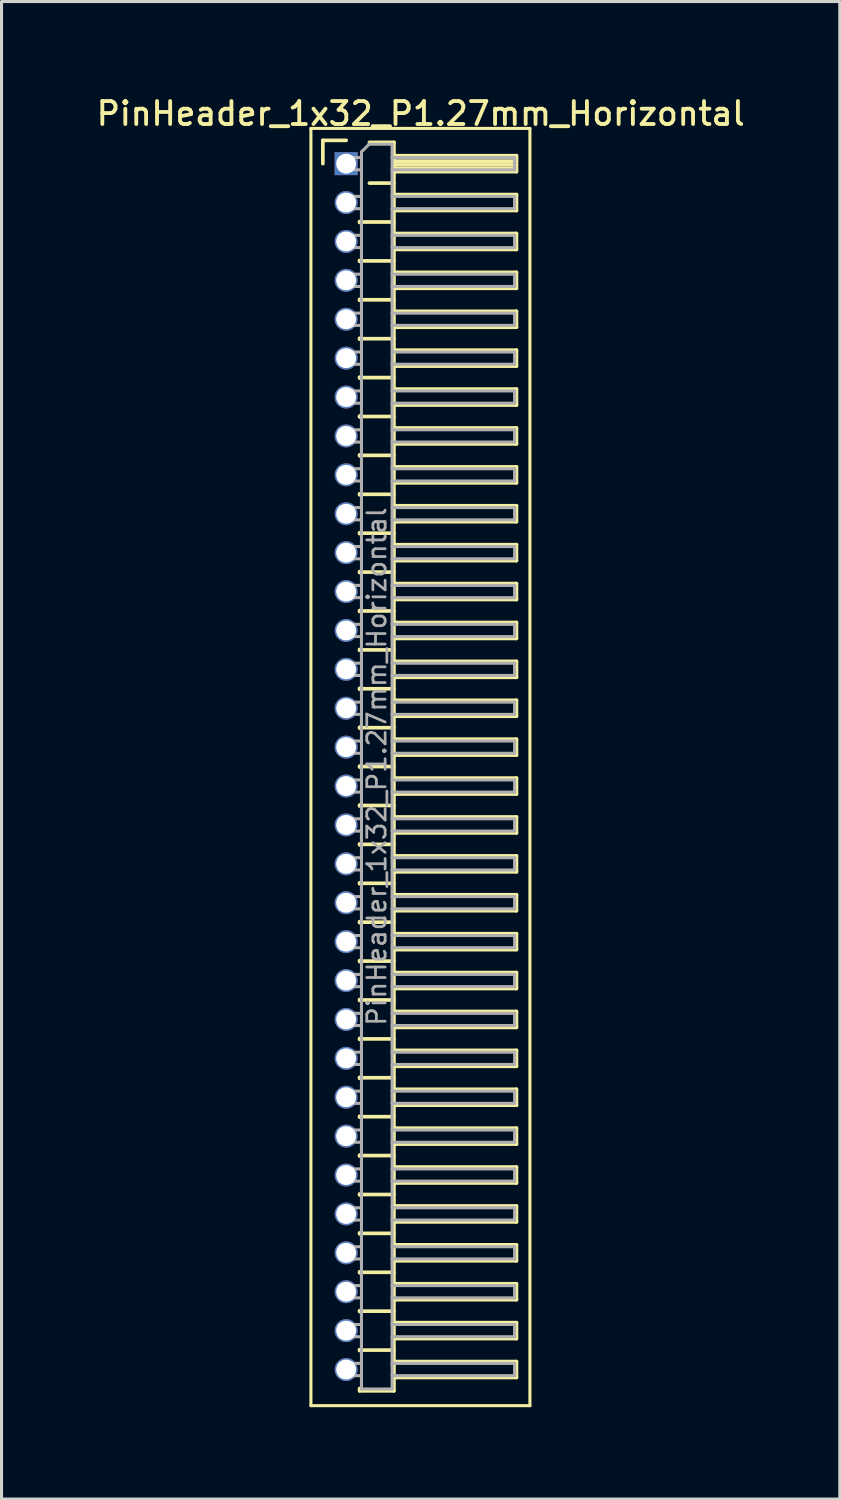
<source format=kicad_pcb>
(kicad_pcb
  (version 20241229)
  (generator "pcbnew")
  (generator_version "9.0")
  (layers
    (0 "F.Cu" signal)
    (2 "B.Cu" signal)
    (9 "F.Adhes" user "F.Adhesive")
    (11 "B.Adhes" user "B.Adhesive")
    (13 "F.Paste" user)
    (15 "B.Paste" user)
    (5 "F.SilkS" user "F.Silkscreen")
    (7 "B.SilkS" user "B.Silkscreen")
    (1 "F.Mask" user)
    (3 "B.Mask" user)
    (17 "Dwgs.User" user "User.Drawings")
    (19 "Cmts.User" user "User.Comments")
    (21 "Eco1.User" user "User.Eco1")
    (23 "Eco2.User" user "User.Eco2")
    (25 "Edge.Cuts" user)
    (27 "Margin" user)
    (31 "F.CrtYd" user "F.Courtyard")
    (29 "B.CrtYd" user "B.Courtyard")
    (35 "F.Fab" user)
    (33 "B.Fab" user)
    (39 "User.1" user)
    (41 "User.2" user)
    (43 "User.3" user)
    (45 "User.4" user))
  (footprint "PinHeader_1x32_P1.27mm_Horizontal"
    (layer "F.Cu")
    (at 8.251 2.293)
    (property "Reference" "PinHeader_1x32_P1.27mm_Horizontal" (at 2.433 -1.635 0) (layer "F.SilkS") (effects (font (size 0.75 0.75) (thickness 0.125))))
    (attr through_hole)
    (fp_line (start -1.15 -1.15) (end -1.15 40.55) (stroke (width 0.1) (type solid)) (layer "F.SilkS"))
    (fp_line (start -1.15 40.55) (end 6 40.55) (stroke (width 0.1) (type solid)) (layer "F.SilkS"))
    (fp_line (start -0.76 -0.76) (end 0 -0.76) (stroke (width 0.12) (type solid)) (layer "F.SilkS"))
    (fp_line (start -0.76 0) (end -0.76 -0.76) (stroke (width 0.12) (type solid)) (layer "F.SilkS"))
    (fp_line (start 0.44 1.89) (end 0.44 1.92) (stroke (width 0.12) (type solid)) (layer "F.SilkS"))
    (fp_line (start 0.44 1.905) (end 1.56 1.905) (stroke (width 0.12) (type solid)) (layer "F.SilkS"))
    (fp_line (start 0.44 3.16) (end 0.44 3.19) (stroke (width 0.12) (type solid)) (layer "F.SilkS"))
    (fp_line (start 0.44 3.175) (end 1.56 3.175) (stroke (width 0.12) (type solid)) (layer "F.SilkS"))
    (fp_line (start 0.44 4.43) (end 0.44 4.46) (stroke (width 0.12) (type solid)) (layer "F.SilkS"))
    (fp_line (start 0.44 4.445) (end 1.56 4.445) (stroke (width 0.12) (type solid)) (layer "F.SilkS"))
    (fp_line (start 0.44 5.7) (end 0.44 5.73) (stroke (width 0.12) (type solid)) (layer "F.SilkS"))
    (fp_line (start 0.44 5.715) (end 1.56 5.715) (stroke (width 0.12) (type solid)) (layer "F.SilkS"))
    (fp_line (start 0.44 6.97) (end 0.44 7) (stroke (width 0.12) (type solid)) (layer "F.SilkS"))
    (fp_line (start 0.44 6.985) (end 1.56 6.985) (stroke (width 0.12) (type solid)) (layer "F.SilkS"))
    (fp_line (start 0.44 8.24) (end 0.44 8.27) (stroke (width 0.12) (type solid)) (layer "F.SilkS"))
    (fp_line (start 0.44 8.255) (end 1.56 8.255) (stroke (width 0.12) (type solid)) (layer "F.SilkS"))
    (fp_line (start 0.44 9.51) (end 0.44 9.54) (stroke (width 0.12) (type solid)) (layer "F.SilkS"))
    (fp_line (start 0.44 9.525) (end 1.56 9.525) (stroke (width 0.12) (type solid)) (layer "F.SilkS"))
    (fp_line (start 0.44 10.78) (end 0.44 10.81) (stroke (width 0.12) (type solid)) (layer "F.SilkS"))
    (fp_line (start 0.44 10.795) (end 1.56 10.795) (stroke (width 0.12) (type solid)) (layer "F.SilkS"))
    (fp_line (start 0.44 12.05) (end 0.44 12.08) (stroke (width 0.12) (type solid)) (layer "F.SilkS"))
    (fp_line (start 0.44 12.065) (end 1.56 12.065) (stroke (width 0.12) (type solid)) (layer "F.SilkS"))
    (fp_line (start 0.44 13.32) (end 0.44 13.35) (stroke (width 0.12) (type solid)) (layer "F.SilkS"))
    (fp_line (start 0.44 13.335) (end 1.56 13.335) (stroke (width 0.12) (type solid)) (layer "F.SilkS"))
    (fp_line (start 0.44 14.59) (end 0.44 14.62) (stroke (width 0.12) (type solid)) (layer "F.SilkS"))
    (fp_line (start 0.44 14.605) (end 1.56 14.605) (stroke (width 0.12) (type solid)) (layer "F.SilkS"))
    (fp_line (start 0.44 15.86) (end 0.44 15.89) (stroke (width 0.12) (type solid)) (layer "F.SilkS"))
    (fp_line (start 0.44 15.875) (end 1.56 15.875) (stroke (width 0.12) (type solid)) (layer "F.SilkS"))
    (fp_line (start 0.44 17.13) (end 0.44 17.16) (stroke (width 0.12) (type solid)) (layer "F.SilkS"))
    (fp_line (start 0.44 17.145) (end 1.56 17.145) (stroke (width 0.12) (type solid)) (layer "F.SilkS"))
    (fp_line (start 0.44 18.4) (end 0.44 18.43) (stroke (width 0.12) (type solid)) (layer "F.SilkS"))
    (fp_line (start 0.44 18.415) (end 1.56 18.415) (stroke (width 0.12) (type solid)) (layer "F.SilkS"))
    (fp_line (start 0.44 19.67) (end 0.44 19.7) (stroke (width 0.12) (type solid)) (layer "F.SilkS"))
    (fp_line (start 0.44 19.685) (end 1.56 19.685) (stroke (width 0.12) (type solid)) (layer "F.SilkS"))
    (fp_line (start 0.44 20.94) (end 0.44 20.97) (stroke (width 0.12) (type solid)) (layer "F.SilkS"))
    (fp_line (start 0.44 20.955) (end 1.56 20.955) (stroke (width 0.12) (type solid)) (layer "F.SilkS"))
    (fp_line (start 0.44 22.21) (end 0.44 22.24) (stroke (width 0.12) (type solid)) (layer "F.SilkS"))
    (fp_line (start 0.44 22.225) (end 1.56 22.225) (stroke (width 0.12) (type solid)) (layer "F.SilkS"))
    (fp_line (start 0.44 23.48) (end 0.44 23.51) (stroke (width 0.12) (type solid)) (layer "F.SilkS"))
    (fp_line (start 0.44 23.495) (end 1.56 23.495) (stroke (width 0.12) (type solid)) (layer "F.SilkS"))
    (fp_line (start 0.44 24.75) (end 0.44 24.78) (stroke (width 0.12) (type solid)) (layer "F.SilkS"))
    (fp_line (start 0.44 24.765) (end 1.56 24.765) (stroke (width 0.12) (type solid)) (layer "F.SilkS"))
    (fp_line (start 0.44 26.02) (end 0.44 26.05) (stroke (width 0.12) (type solid)) (layer "F.SilkS"))
    (fp_line (start 0.44 26.035) (end 1.56 26.035) (stroke (width 0.12) (type solid)) (layer "F.SilkS"))
    (fp_line (start 0.44 27.29) (end 0.44 27.32) (stroke (width 0.12) (type solid)) (layer "F.SilkS"))
    (fp_line (start 0.44 27.305) (end 1.56 27.305) (stroke (width 0.12) (type solid)) (layer "F.SilkS"))
    (fp_line (start 0.44 28.56) (end 0.44 28.59) (stroke (width 0.12) (type solid)) (layer "F.SilkS"))
    (fp_line (start 0.44 28.575) (end 1.56 28.575) (stroke (width 0.12) (type solid)) (layer "F.SilkS"))
    (fp_line (start 0.44 29.83) (end 0.44 29.86) (stroke (width 0.12) (type solid)) (layer "F.SilkS"))
    (fp_line (start 0.44 29.845) (end 1.56 29.845) (stroke (width 0.12) (type solid)) (layer "F.SilkS"))
    (fp_line (start 0.44 31.1) (end 0.44 31.13) (stroke (width 0.12) (type solid)) (layer "F.SilkS"))
    (fp_line (start 0.44 31.115) (end 1.56 31.115) (stroke (width 0.12) (type solid)) (layer "F.SilkS"))
    (fp_line (start 0.44 32.37) (end 0.44 32.4) (stroke (width 0.12) (type solid)) (layer "F.SilkS"))
    (fp_line (start 0.44 32.385) (end 1.56 32.385) (stroke (width 0.12) (type solid)) (layer "F.SilkS"))
    (fp_line (start 0.44 33.64) (end 0.44 33.67) (stroke (width 0.12) (type solid)) (layer "F.SilkS"))
    (fp_line (start 0.44 33.655) (end 1.56 33.655) (stroke (width 0.12) (type solid)) (layer "F.SilkS"))
    (fp_line (start 0.44 34.91) (end 0.44 34.94) (stroke (width 0.12) (type solid)) (layer "F.SilkS"))
    (fp_line (start 0.44 34.925) (end 1.56 34.925) (stroke (width 0.12) (type solid)) (layer "F.SilkS"))
    (fp_line (start 0.44 36.18) (end 0.44 36.21) (stroke (width 0.12) (type solid)) (layer "F.SilkS"))
    (fp_line (start 0.44 36.195) (end 1.56 36.195) (stroke (width 0.12) (type solid)) (layer "F.SilkS"))
    (fp_line (start 0.44 37.45) (end 0.44 37.48) (stroke (width 0.12) (type solid)) (layer "F.SilkS"))
    (fp_line (start 0.44 37.465) (end 1.56 37.465) (stroke (width 0.12) (type solid)) (layer "F.SilkS"))
    (fp_line (start 0.44 38.72) (end 0.44 38.75) (stroke (width 0.12) (type solid)) (layer "F.SilkS"))
    (fp_line (start 0.44 38.735) (end 1.56 38.735) (stroke (width 0.12) (type solid)) (layer "F.SilkS"))
    (fp_line (start 0.44 40.065) (end 0.44 39.99) (stroke (width 0.12) (type solid)) (layer "F.SilkS"))
    (fp_line (start 0.76 -0.695) (end 1.56 -0.695) (stroke (width 0.12) (type solid)) (layer "F.SilkS"))
    (fp_line (start 0.76 0.635) (end 1.56 0.635) (stroke (width 0.12) (type solid)) (layer "F.SilkS"))
    (fp_line (start 1.56 -0.695) (end 1.56 40.065) (stroke (width 0.12) (type solid)) (layer "F.SilkS"))
    (fp_line (start 1.56 -0.26) (end 5.56 -0.26) (stroke (width 0.12) (type solid)) (layer "F.SilkS"))
    (fp_line (start 1.56 -0.2) (end 5.56 -0.2) (stroke (width 0.12) (type solid)) (layer "F.SilkS"))
    (fp_line (start 1.56 -0.08) (end 5.56 -0.08) (stroke (width 0.12) (type solid)) (layer "F.SilkS"))
    (fp_line (start 1.56 0.04) (end 5.56 0.04) (stroke (width 0.12) (type solid)) (layer "F.SilkS"))
    (fp_line (start 1.56 0.16) (end 5.56 0.16) (stroke (width 0.12) (type solid)) (layer "F.SilkS"))
    (fp_line (start 1.56 1.01) (end 5.56 1.01) (stroke (width 0.12) (type solid)) (layer "F.SilkS"))
    (fp_line (start 1.56 2.28) (end 5.56 2.28) (stroke (width 0.12) (type solid)) (layer "F.SilkS"))
    (fp_line (start 1.56 3.55) (end 5.56 3.55) (stroke (width 0.12) (type solid)) (layer "F.SilkS"))
    (fp_line (start 1.56 4.82) (end 5.56 4.82) (stroke (width 0.12) (type solid)) (layer "F.SilkS"))
    (fp_line (start 1.56 6.09) (end 5.56 6.09) (stroke (width 0.12) (type solid)) (layer "F.SilkS"))
    (fp_line (start 1.56 7.36) (end 5.56 7.36) (stroke (width 0.12) (type solid)) (layer "F.SilkS"))
    (fp_line (start 1.56 8.63) (end 5.56 8.63) (stroke (width 0.12) (type solid)) (layer "F.SilkS"))
    (fp_line (start 1.56 9.9) (end 5.56 9.9) (stroke (width 0.12) (type solid)) (layer "F.SilkS"))
    (fp_line (start 1.56 11.17) (end 5.56 11.17) (stroke (width 0.12) (type solid)) (layer "F.SilkS"))
    (fp_line (start 1.56 12.44) (end 5.56 12.44) (stroke (width 0.12) (type solid)) (layer "F.SilkS"))
    (fp_line (start 1.56 13.71) (end 5.56 13.71) (stroke (width 0.12) (type solid)) (layer "F.SilkS"))
    (fp_line (start 1.56 14.98) (end 5.56 14.98) (stroke (width 0.12) (type solid)) (layer "F.SilkS"))
    (fp_line (start 1.56 16.25) (end 5.56 16.25) (stroke (width 0.12) (type solid)) (layer "F.SilkS"))
    (fp_line (start 1.56 17.52) (end 5.56 17.52) (stroke (width 0.12) (type solid)) (layer "F.SilkS"))
    (fp_line (start 1.56 18.79) (end 5.56 18.79) (stroke (width 0.12) (type solid)) (layer "F.SilkS"))
    (fp_line (start 1.56 20.06) (end 5.56 20.06) (stroke (width 0.12) (type solid)) (layer "F.SilkS"))
    (fp_line (start 1.56 21.33) (end 5.56 21.33) (stroke (width 0.12) (type solid)) (layer "F.SilkS"))
    (fp_line (start 1.56 22.6) (end 5.56 22.6) (stroke (width 0.12) (type solid)) (layer "F.SilkS"))
    (fp_line (start 1.56 23.87) (end 5.56 23.87) (stroke (width 0.12) (type solid)) (layer "F.SilkS"))
    (fp_line (start 1.56 25.14) (end 5.56 25.14) (stroke (width 0.12) (type solid)) (layer "F.SilkS"))
    (fp_line (start 1.56 26.41) (end 5.56 26.41) (stroke (width 0.12) (type solid)) (layer "F.SilkS"))
    (fp_line (start 1.56 27.68) (end 5.56 27.68) (stroke (width 0.12) (type solid)) (layer "F.SilkS"))
    (fp_line (start 1.56 28.95) (end 5.56 28.95) (stroke (width 0.12) (type solid)) (layer "F.SilkS"))
    (fp_line (start 1.56 30.22) (end 5.56 30.22) (stroke (width 0.12) (type solid)) (layer "F.SilkS"))
    (fp_line (start 1.56 31.49) (end 5.56 31.49) (stroke (width 0.12) (type solid)) (layer "F.SilkS"))
    (fp_line (start 1.56 32.76) (end 5.56 32.76) (stroke (width 0.12) (type solid)) (layer "F.SilkS"))
    (fp_line (start 1.56 34.03) (end 5.56 34.03) (stroke (width 0.12) (type solid)) (layer "F.SilkS"))
    (fp_line (start 1.56 35.3) (end 5.56 35.3) (stroke (width 0.12) (type solid)) (layer "F.SilkS"))
    (fp_line (start 1.56 36.57) (end 5.56 36.57) (stroke (width 0.12) (type solid)) (layer "F.SilkS"))
    (fp_line (start 1.56 37.84) (end 5.56 37.84) (stroke (width 0.12) (type solid)) (layer "F.SilkS"))
    (fp_line (start 1.56 39.11) (end 5.56 39.11) (stroke (width 0.12) (type solid)) (layer "F.SilkS"))
    (fp_line (start 1.56 40.065) (end 0.44 40.065) (stroke (width 0.12) (type solid)) (layer "F.SilkS"))
    (fp_line (start 5.56 -0.26) (end 5.56 0.26) (stroke (width 0.12) (type solid)) (layer "F.SilkS"))
    (fp_line (start 5.56 0.26) (end 1.56 0.26) (stroke (width 0.12) (type solid)) (layer "F.SilkS"))
    (fp_line (start 5.56 1.01) (end 5.56 1.53) (stroke (width 0.12) (type solid)) (layer "F.SilkS"))
    (fp_line (start 5.56 1.53) (end 1.56 1.53) (stroke (width 0.12) (type solid)) (layer "F.SilkS"))
    (fp_line (start 5.56 2.28) (end 5.56 2.8) (stroke (width 0.12) (type solid)) (layer "F.SilkS"))
    (fp_line (start 5.56 2.8) (end 1.56 2.8) (stroke (width 0.12) (type solid)) (layer "F.SilkS"))
    (fp_line (start 5.56 3.55) (end 5.56 4.07) (stroke (width 0.12) (type solid)) (layer "F.SilkS"))
    (fp_line (start 5.56 4.07) (end 1.56 4.07) (stroke (width 0.12) (type solid)) (layer "F.SilkS"))
    (fp_line (start 5.56 4.82) (end 5.56 5.34) (stroke (width 0.12) (type solid)) (layer "F.SilkS"))
    (fp_line (start 5.56 5.34) (end 1.56 5.34) (stroke (width 0.12) (type solid)) (layer "F.SilkS"))
    (fp_line (start 5.56 6.09) (end 5.56 6.61) (stroke (width 0.12) (type solid)) (layer "F.SilkS"))
    (fp_line (start 5.56 6.61) (end 1.56 6.61) (stroke (width 0.12) (type solid)) (layer "F.SilkS"))
    (fp_line (start 5.56 7.36) (end 5.56 7.88) (stroke (width 0.12) (type solid)) (layer "F.SilkS"))
    (fp_line (start 5.56 7.88) (end 1.56 7.88) (stroke (width 0.12) (type solid)) (layer "F.SilkS"))
    (fp_line (start 5.56 8.63) (end 5.56 9.15) (stroke (width 0.12) (type solid)) (layer "F.SilkS"))
    (fp_line (start 5.56 9.15) (end 1.56 9.15) (stroke (width 0.12) (type solid)) (layer "F.SilkS"))
    (fp_line (start 5.56 9.9) (end 5.56 10.42) (stroke (width 0.12) (type solid)) (layer "F.SilkS"))
    (fp_line (start 5.56 10.42) (end 1.56 10.42) (stroke (width 0.12) (type solid)) (layer "F.SilkS"))
    (fp_line (start 5.56 11.17) (end 5.56 11.69) (stroke (width 0.12) (type solid)) (layer "F.SilkS"))
    (fp_line (start 5.56 11.69) (end 1.56 11.69) (stroke (width 0.12) (type solid)) (layer "F.SilkS"))
    (fp_line (start 5.56 12.44) (end 5.56 12.96) (stroke (width 0.12) (type solid)) (layer "F.SilkS"))
    (fp_line (start 5.56 12.96) (end 1.56 12.96) (stroke (width 0.12) (type solid)) (layer "F.SilkS"))
    (fp_line (start 5.56 13.71) (end 5.56 14.23) (stroke (width 0.12) (type solid)) (layer "F.SilkS"))
    (fp_line (start 5.56 14.23) (end 1.56 14.23) (stroke (width 0.12) (type solid)) (layer "F.SilkS"))
    (fp_line (start 5.56 14.98) (end 5.56 15.5) (stroke (width 0.12) (type solid)) (layer "F.SilkS"))
    (fp_line (start 5.56 15.5) (end 1.56 15.5) (stroke (width 0.12) (type solid)) (layer "F.SilkS"))
    (fp_line (start 5.56 16.25) (end 5.56 16.77) (stroke (width 0.12) (type solid)) (layer "F.SilkS"))
    (fp_line (start 5.56 16.77) (end 1.56 16.77) (stroke (width 0.12) (type solid)) (layer "F.SilkS"))
    (fp_line (start 5.56 17.52) (end 5.56 18.04) (stroke (width 0.12) (type solid)) (layer "F.SilkS"))
    (fp_line (start 5.56 18.04) (end 1.56 18.04) (stroke (width 0.12) (type solid)) (layer "F.SilkS"))
    (fp_line (start 5.56 18.79) (end 5.56 19.31) (stroke (width 0.12) (type solid)) (layer "F.SilkS"))
    (fp_line (start 5.56 19.31) (end 1.56 19.31) (stroke (width 0.12) (type solid)) (layer "F.SilkS"))
    (fp_line (start 5.56 20.06) (end 5.56 20.58) (stroke (width 0.12) (type solid)) (layer "F.SilkS"))
    (fp_line (start 5.56 20.58) (end 1.56 20.58) (stroke (width 0.12) (type solid)) (layer "F.SilkS"))
    (fp_line (start 5.56 21.33) (end 5.56 21.85) (stroke (width 0.12) (type solid)) (layer "F.SilkS"))
    (fp_line (start 5.56 21.85) (end 1.56 21.85) (stroke (width 0.12) (type solid)) (layer "F.SilkS"))
    (fp_line (start 5.56 22.6) (end 5.56 23.12) (stroke (width 0.12) (type solid)) (layer "F.SilkS"))
    (fp_line (start 5.56 23.12) (end 1.56 23.12) (stroke (width 0.12) (type solid)) (layer "F.SilkS"))
    (fp_line (start 5.56 23.87) (end 5.56 24.39) (stroke (width 0.12) (type solid)) (layer "F.SilkS"))
    (fp_line (start 5.56 24.39) (end 1.56 24.39) (stroke (width 0.12) (type solid)) (layer "F.SilkS"))
    (fp_line (start 5.56 25.14) (end 5.56 25.66) (stroke (width 0.12) (type solid)) (layer "F.SilkS"))
    (fp_line (start 5.56 25.66) (end 1.56 25.66) (stroke (width 0.12) (type solid)) (layer "F.SilkS"))
    (fp_line (start 5.56 26.41) (end 5.56 26.93) (stroke (width 0.12) (type solid)) (layer "F.SilkS"))
    (fp_line (start 5.56 26.93) (end 1.56 26.93) (stroke (width 0.12) (type solid)) (layer "F.SilkS"))
    (fp_line (start 5.56 27.68) (end 5.56 28.2) (stroke (width 0.12) (type solid)) (layer "F.SilkS"))
    (fp_line (start 5.56 28.2) (end 1.56 28.2) (stroke (width 0.12) (type solid)) (layer "F.SilkS"))
    (fp_line (start 5.56 28.95) (end 5.56 29.47) (stroke (width 0.12) (type solid)) (layer "F.SilkS"))
    (fp_line (start 5.56 29.47) (end 1.56 29.47) (stroke (width 0.12) (type solid)) (layer "F.SilkS"))
    (fp_line (start 5.56 30.22) (end 5.56 30.74) (stroke (width 0.12) (type solid)) (layer "F.SilkS"))
    (fp_line (start 5.56 30.74) (end 1.56 30.74) (stroke (width 0.12) (type solid)) (layer "F.SilkS"))
    (fp_line (start 5.56 31.49) (end 5.56 32.01) (stroke (width 0.12) (type solid)) (layer "F.SilkS"))
    (fp_line (start 5.56 32.01) (end 1.56 32.01) (stroke (width 0.12) (type solid)) (layer "F.SilkS"))
    (fp_line (start 5.56 32.76) (end 5.56 33.28) (stroke (width 0.12) (type solid)) (layer "F.SilkS"))
    (fp_line (start 5.56 33.28) (end 1.56 33.28) (stroke (width 0.12) (type solid)) (layer "F.SilkS"))
    (fp_line (start 5.56 34.03) (end 5.56 34.55) (stroke (width 0.12) (type solid)) (layer "F.SilkS"))
    (fp_line (start 5.56 34.55) (end 1.56 34.55) (stroke (width 0.12) (type solid)) (layer "F.SilkS"))
    (fp_line (start 5.56 35.3) (end 5.56 35.82) (stroke (width 0.12) (type solid)) (layer "F.SilkS"))
    (fp_line (start 5.56 35.82) (end 1.56 35.82) (stroke (width 0.12) (type solid)) (layer "F.SilkS"))
    (fp_line (start 5.56 36.57) (end 5.56 37.09) (stroke (width 0.12) (type solid)) (layer "F.SilkS"))
    (fp_line (start 5.56 37.09) (end 1.56 37.09) (stroke (width 0.12) (type solid)) (layer "F.SilkS"))
    (fp_line (start 5.56 37.84) (end 5.56 38.36) (stroke (width 0.12) (type solid)) (layer "F.SilkS"))
    (fp_line (start 5.56 38.36) (end 1.56 38.36) (stroke (width 0.12) (type solid)) (layer "F.SilkS"))
    (fp_line (start 5.56 39.11) (end 5.56 39.63) (stroke (width 0.12) (type solid)) (layer "F.SilkS"))
    (fp_line (start 5.56 39.63) (end 1.56 39.63) (stroke (width 0.12) (type solid)) (layer "F.SilkS"))
    (fp_line (start 6 -1.15) (end -1.15 -1.15) (stroke (width 0.1) (type solid)) (layer "F.SilkS"))
    (fp_line (start 6 40.55) (end 6 -1.15) (stroke (width 0.1) (type solid)) (layer "F.SilkS"))
    (fp_line (start -0.2 -0.2) (end -0.2 0.2) (stroke (width 0.1) (type solid)) (layer "F.Fab"))
    (fp_line (start -0.2 -0.2) (end 0.5 -0.2) (stroke (width 0.1) (type solid)) (layer "F.Fab"))
    (fp_line (start -0.2 0.2) (end 0.5 0.2) (stroke (width 0.1) (type solid)) (layer "F.Fab"))
    (fp_line (start -0.2 1.07) (end -0.2 1.47) (stroke (width 0.1) (type solid)) (layer "F.Fab"))
    (fp_line (start -0.2 1.07) (end 0.5 1.07) (stroke (width 0.1) (type solid)) (layer "F.Fab"))
    (fp_line (start -0.2 1.47) (end 0.5 1.47) (stroke (width 0.1) (type solid)) (layer "F.Fab"))
    (fp_line (start -0.2 2.34) (end -0.2 2.74) (stroke (width 0.1) (type solid)) (layer "F.Fab"))
    (fp_line (start -0.2 2.34) (end 0.5 2.34) (stroke (width 0.1) (type solid)) (layer "F.Fab"))
    (fp_line (start -0.2 2.74) (end 0.5 2.74) (stroke (width 0.1) (type solid)) (layer "F.Fab"))
    (fp_line (start -0.2 3.61) (end -0.2 4.01) (stroke (width 0.1) (type solid)) (layer "F.Fab"))
    (fp_line (start -0.2 3.61) (end 0.5 3.61) (stroke (width 0.1) (type solid)) (layer "F.Fab"))
    (fp_line (start -0.2 4.01) (end 0.5 4.01) (stroke (width 0.1) (type solid)) (layer "F.Fab"))
    (fp_line (start -0.2 4.88) (end -0.2 5.28) (stroke (width 0.1) (type solid)) (layer "F.Fab"))
    (fp_line (start -0.2 4.88) (end 0.5 4.88) (stroke (width 0.1) (type solid)) (layer "F.Fab"))
    (fp_line (start -0.2 5.28) (end 0.5 5.28) (stroke (width 0.1) (type solid)) (layer "F.Fab"))
    (fp_line (start -0.2 6.15) (end -0.2 6.55) (stroke (width 0.1) (type solid)) (layer "F.Fab"))
    (fp_line (start -0.2 6.15) (end 0.5 6.15) (stroke (width 0.1) (type solid)) (layer "F.Fab"))
    (fp_line (start -0.2 6.55) (end 0.5 6.55) (stroke (width 0.1) (type solid)) (layer "F.Fab"))
    (fp_line (start -0.2 7.42) (end -0.2 7.82) (stroke (width 0.1) (type solid)) (layer "F.Fab"))
    (fp_line (start -0.2 7.42) (end 0.5 7.42) (stroke (width 0.1) (type solid)) (layer "F.Fab"))
    (fp_line (start -0.2 7.82) (end 0.5 7.82) (stroke (width 0.1) (type solid)) (layer "F.Fab"))
    (fp_line (start -0.2 8.69) (end -0.2 9.09) (stroke (width 0.1) (type solid)) (layer "F.Fab"))
    (fp_line (start -0.2 8.69) (end 0.5 8.69) (stroke (width 0.1) (type solid)) (layer "F.Fab"))
    (fp_line (start -0.2 9.09) (end 0.5 9.09) (stroke (width 0.1) (type solid)) (layer "F.Fab"))
    (fp_line (start -0.2 9.96) (end -0.2 10.36) (stroke (width 0.1) (type solid)) (layer "F.Fab"))
    (fp_line (start -0.2 9.96) (end 0.5 9.96) (stroke (width 0.1) (type solid)) (layer "F.Fab"))
    (fp_line (start -0.2 10.36) (end 0.5 10.36) (stroke (width 0.1) (type solid)) (layer "F.Fab"))
    (fp_line (start -0.2 11.23) (end -0.2 11.63) (stroke (width 0.1) (type solid)) (layer "F.Fab"))
    (fp_line (start -0.2 11.23) (end 0.5 11.23) (stroke (width 0.1) (type solid)) (layer "F.Fab"))
    (fp_line (start -0.2 11.63) (end 0.5 11.63) (stroke (width 0.1) (type solid)) (layer "F.Fab"))
    (fp_line (start -0.2 12.5) (end -0.2 12.9) (stroke (width 0.1) (type solid)) (layer "F.Fab"))
    (fp_line (start -0.2 12.5) (end 0.5 12.5) (stroke (width 0.1) (type solid)) (layer "F.Fab"))
    (fp_line (start -0.2 12.9) (end 0.5 12.9) (stroke (width 0.1) (type solid)) (layer "F.Fab"))
    (fp_line (start -0.2 13.77) (end -0.2 14.17) (stroke (width 0.1) (type solid)) (layer "F.Fab"))
    (fp_line (start -0.2 13.77) (end 0.5 13.77) (stroke (width 0.1) (type solid)) (layer "F.Fab"))
    (fp_line (start -0.2 14.17) (end 0.5 14.17) (stroke (width 0.1) (type solid)) (layer "F.Fab"))
    (fp_line (start -0.2 15.04) (end -0.2 15.44) (stroke (width 0.1) (type solid)) (layer "F.Fab"))
    (fp_line (start -0.2 15.04) (end 0.5 15.04) (stroke (width 0.1) (type solid)) (layer "F.Fab"))
    (fp_line (start -0.2 15.44) (end 0.5 15.44) (stroke (width 0.1) (type solid)) (layer "F.Fab"))
    (fp_line (start -0.2 16.31) (end -0.2 16.71) (stroke (width 0.1) (type solid)) (layer "F.Fab"))
    (fp_line (start -0.2 16.31) (end 0.5 16.31) (stroke (width 0.1) (type solid)) (layer "F.Fab"))
    (fp_line (start -0.2 16.71) (end 0.5 16.71) (stroke (width 0.1) (type solid)) (layer "F.Fab"))
    (fp_line (start -0.2 17.58) (end -0.2 17.98) (stroke (width 0.1) (type solid)) (layer "F.Fab"))
    (fp_line (start -0.2 17.58) (end 0.5 17.58) (stroke (width 0.1) (type solid)) (layer "F.Fab"))
    (fp_line (start -0.2 17.98) (end 0.5 17.98) (stroke (width 0.1) (type solid)) (layer "F.Fab"))
    (fp_line (start -0.2 18.85) (end -0.2 19.25) (stroke (width 0.1) (type solid)) (layer "F.Fab"))
    (fp_line (start -0.2 18.85) (end 0.5 18.85) (stroke (width 0.1) (type solid)) (layer "F.Fab"))
    (fp_line (start -0.2 19.25) (end 0.5 19.25) (stroke (width 0.1) (type solid)) (layer "F.Fab"))
    (fp_line (start -0.2 20.12) (end -0.2 20.52) (stroke (width 0.1) (type solid)) (layer "F.Fab"))
    (fp_line (start -0.2 20.12) (end 0.5 20.12) (stroke (width 0.1) (type solid)) (layer "F.Fab"))
    (fp_line (start -0.2 20.52) (end 0.5 20.52) (stroke (width 0.1) (type solid)) (layer "F.Fab"))
    (fp_line (start -0.2 21.39) (end -0.2 21.79) (stroke (width 0.1) (type solid)) (layer "F.Fab"))
    (fp_line (start -0.2 21.39) (end 0.5 21.39) (stroke (width 0.1) (type solid)) (layer "F.Fab"))
    (fp_line (start -0.2 21.79) (end 0.5 21.79) (stroke (width 0.1) (type solid)) (layer "F.Fab"))
    (fp_line (start -0.2 22.66) (end -0.2 23.06) (stroke (width 0.1) (type solid)) (layer "F.Fab"))
    (fp_line (start -0.2 22.66) (end 0.5 22.66) (stroke (width 0.1) (type solid)) (layer "F.Fab"))
    (fp_line (start -0.2 23.06) (end 0.5 23.06) (stroke (width 0.1) (type solid)) (layer "F.Fab"))
    (fp_line (start -0.2 23.93) (end -0.2 24.33) (stroke (width 0.1) (type solid)) (layer "F.Fab"))
    (fp_line (start -0.2 23.93) (end 0.5 23.93) (stroke (width 0.1) (type solid)) (layer "F.Fab"))
    (fp_line (start -0.2 24.33) (end 0.5 24.33) (stroke (width 0.1) (type solid)) (layer "F.Fab"))
    (fp_line (start -0.2 25.2) (end -0.2 25.6) (stroke (width 0.1) (type solid)) (layer "F.Fab"))
    (fp_line (start -0.2 25.2) (end 0.5 25.2) (stroke (width 0.1) (type solid)) (layer "F.Fab"))
    (fp_line (start -0.2 25.6) (end 0.5 25.6) (stroke (width 0.1) (type solid)) (layer "F.Fab"))
    (fp_line (start -0.2 26.47) (end -0.2 26.87) (stroke (width 0.1) (type solid)) (layer "F.Fab"))
    (fp_line (start -0.2 26.47) (end 0.5 26.47) (stroke (width 0.1) (type solid)) (layer "F.Fab"))
    (fp_line (start -0.2 26.87) (end 0.5 26.87) (stroke (width 0.1) (type solid)) (layer "F.Fab"))
    (fp_line (start -0.2 27.74) (end -0.2 28.14) (stroke (width 0.1) (type solid)) (layer "F.Fab"))
    (fp_line (start -0.2 27.74) (end 0.5 27.74) (stroke (width 0.1) (type solid)) (layer "F.Fab"))
    (fp_line (start -0.2 28.14) (end 0.5 28.14) (stroke (width 0.1) (type solid)) (layer "F.Fab"))
    (fp_line (start -0.2 29.01) (end -0.2 29.41) (stroke (width 0.1) (type solid)) (layer "F.Fab"))
    (fp_line (start -0.2 29.01) (end 0.5 29.01) (stroke (width 0.1) (type solid)) (layer "F.Fab"))
    (fp_line (start -0.2 29.41) (end 0.5 29.41) (stroke (width 0.1) (type solid)) (layer "F.Fab"))
    (fp_line (start -0.2 30.28) (end -0.2 30.68) (stroke (width 0.1) (type solid)) (layer "F.Fab"))
    (fp_line (start -0.2 30.28) (end 0.5 30.28) (stroke (width 0.1) (type solid)) (layer "F.Fab"))
    (fp_line (start -0.2 30.68) (end 0.5 30.68) (stroke (width 0.1) (type solid)) (layer "F.Fab"))
    (fp_line (start -0.2 31.55) (end -0.2 31.95) (stroke (width 0.1) (type solid)) (layer "F.Fab"))
    (fp_line (start -0.2 31.55) (end 0.5 31.55) (stroke (width 0.1) (type solid)) (layer "F.Fab"))
    (fp_line (start -0.2 31.95) (end 0.5 31.95) (stroke (width 0.1) (type solid)) (layer "F.Fab"))
    (fp_line (start -0.2 32.82) (end -0.2 33.22) (stroke (width 0.1) (type solid)) (layer "F.Fab"))
    (fp_line (start -0.2 32.82) (end 0.5 32.82) (stroke (width 0.1) (type solid)) (layer "F.Fab"))
    (fp_line (start -0.2 33.22) (end 0.5 33.22) (stroke (width 0.1) (type solid)) (layer "F.Fab"))
    (fp_line (start -0.2 34.09) (end -0.2 34.49) (stroke (width 0.1) (type solid)) (layer "F.Fab"))
    (fp_line (start -0.2 34.09) (end 0.5 34.09) (stroke (width 0.1) (type solid)) (layer "F.Fab"))
    (fp_line (start -0.2 34.49) (end 0.5 34.49) (stroke (width 0.1) (type solid)) (layer "F.Fab"))
    (fp_line (start -0.2 35.36) (end -0.2 35.76) (stroke (width 0.1) (type solid)) (layer "F.Fab"))
    (fp_line (start -0.2 35.36) (end 0.5 35.36) (stroke (width 0.1) (type solid)) (layer "F.Fab"))
    (fp_line (start -0.2 35.76) (end 0.5 35.76) (stroke (width 0.1) (type solid)) (layer "F.Fab"))
    (fp_line (start -0.2 36.63) (end -0.2 37.03) (stroke (width 0.1) (type solid)) (layer "F.Fab"))
    (fp_line (start -0.2 36.63) (end 0.5 36.63) (stroke (width 0.1) (type solid)) (layer "F.Fab"))
    (fp_line (start -0.2 37.03) (end 0.5 37.03) (stroke (width 0.1) (type solid)) (layer "F.Fab"))
    (fp_line (start -0.2 37.9) (end -0.2 38.3) (stroke (width 0.1) (type solid)) (layer "F.Fab"))
    (fp_line (start -0.2 37.9) (end 0.5 37.9) (stroke (width 0.1) (type solid)) (layer "F.Fab"))
    (fp_line (start -0.2 38.3) (end 0.5 38.3) (stroke (width 0.1) (type solid)) (layer "F.Fab"))
    (fp_line (start -0.2 39.17) (end -0.2 39.57) (stroke (width 0.1) (type solid)) (layer "F.Fab"))
    (fp_line (start -0.2 39.17) (end 0.5 39.17) (stroke (width 0.1) (type solid)) (layer "F.Fab"))
    (fp_line (start -0.2 39.57) (end 0.5 39.57) (stroke (width 0.1) (type solid)) (layer "F.Fab"))
    (fp_line (start 0.5 -0.385) (end 0.75 -0.635) (stroke (width 0.1) (type solid)) (layer "F.Fab"))
    (fp_line (start 0.5 40.005) (end 0.5 -0.385) (stroke (width 0.1) (type solid)) (layer "F.Fab"))
    (fp_line (start 0.75 -0.635) (end 1.5 -0.635) (stroke (width 0.1) (type solid)) (layer "F.Fab"))
    (fp_line (start 1.5 -0.635) (end 1.5 40.005) (stroke (width 0.1) (type solid)) (layer "F.Fab"))
    (fp_line (start 1.5 -0.2) (end 5.5 -0.2) (stroke (width 0.1) (type solid)) (layer "F.Fab"))
    (fp_line (start 1.5 0.2) (end 5.5 0.2) (stroke (width 0.1) (type solid)) (layer "F.Fab"))
    (fp_line (start 1.5 1.07) (end 5.5 1.07) (stroke (width 0.1) (type solid)) (layer "F.Fab"))
    (fp_line (start 1.5 1.47) (end 5.5 1.47) (stroke (width 0.1) (type solid)) (layer "F.Fab"))
    (fp_line (start 1.5 2.34) (end 5.5 2.34) (stroke (width 0.1) (type solid)) (layer "F.Fab"))
    (fp_line (start 1.5 2.74) (end 5.5 2.74) (stroke (width 0.1) (type solid)) (layer "F.Fab"))
    (fp_line (start 1.5 3.61) (end 5.5 3.61) (stroke (width 0.1) (type solid)) (layer "F.Fab"))
    (fp_line (start 1.5 4.01) (end 5.5 4.01) (stroke (width 0.1) (type solid)) (layer "F.Fab"))
    (fp_line (start 1.5 4.88) (end 5.5 4.88) (stroke (width 0.1) (type solid)) (layer "F.Fab"))
    (fp_line (start 1.5 5.28) (end 5.5 5.28) (stroke (width 0.1) (type solid)) (layer "F.Fab"))
    (fp_line (start 1.5 6.15) (end 5.5 6.15) (stroke (width 0.1) (type solid)) (layer "F.Fab"))
    (fp_line (start 1.5 6.55) (end 5.5 6.55) (stroke (width 0.1) (type solid)) (layer "F.Fab"))
    (fp_line (start 1.5 7.42) (end 5.5 7.42) (stroke (width 0.1) (type solid)) (layer "F.Fab"))
    (fp_line (start 1.5 7.82) (end 5.5 7.82) (stroke (width 0.1) (type solid)) (layer "F.Fab"))
    (fp_line (start 1.5 8.69) (end 5.5 8.69) (stroke (width 0.1) (type solid)) (layer "F.Fab"))
    (fp_line (start 1.5 9.09) (end 5.5 9.09) (stroke (width 0.1) (type solid)) (layer "F.Fab"))
    (fp_line (start 1.5 9.96) (end 5.5 9.96) (stroke (width 0.1) (type solid)) (layer "F.Fab"))
    (fp_line (start 1.5 10.36) (end 5.5 10.36) (stroke (width 0.1) (type solid)) (layer "F.Fab"))
    (fp_line (start 1.5 11.23) (end 5.5 11.23) (stroke (width 0.1) (type solid)) (layer "F.Fab"))
    (fp_line (start 1.5 11.63) (end 5.5 11.63) (stroke (width 0.1) (type solid)) (layer "F.Fab"))
    (fp_line (start 1.5 12.5) (end 5.5 12.5) (stroke (width 0.1) (type solid)) (layer "F.Fab"))
    (fp_line (start 1.5 12.9) (end 5.5 12.9) (stroke (width 0.1) (type solid)) (layer "F.Fab"))
    (fp_line (start 1.5 13.77) (end 5.5 13.77) (stroke (width 0.1) (type solid)) (layer "F.Fab"))
    (fp_line (start 1.5 14.17) (end 5.5 14.17) (stroke (width 0.1) (type solid)) (layer "F.Fab"))
    (fp_line (start 1.5 15.04) (end 5.5 15.04) (stroke (width 0.1) (type solid)) (layer "F.Fab"))
    (fp_line (start 1.5 15.44) (end 5.5 15.44) (stroke (width 0.1) (type solid)) (layer "F.Fab"))
    (fp_line (start 1.5 16.31) (end 5.5 16.31) (stroke (width 0.1) (type solid)) (layer "F.Fab"))
    (fp_line (start 1.5 16.71) (end 5.5 16.71) (stroke (width 0.1) (type solid)) (layer "F.Fab"))
    (fp_line (start 1.5 17.58) (end 5.5 17.58) (stroke (width 0.1) (type solid)) (layer "F.Fab"))
    (fp_line (start 1.5 17.98) (end 5.5 17.98) (stroke (width 0.1) (type solid)) (layer "F.Fab"))
    (fp_line (start 1.5 18.85) (end 5.5 18.85) (stroke (width 0.1) (type solid)) (layer "F.Fab"))
    (fp_line (start 1.5 19.25) (end 5.5 19.25) (stroke (width 0.1) (type solid)) (layer "F.Fab"))
    (fp_line (start 1.5 20.12) (end 5.5 20.12) (stroke (width 0.1) (type solid)) (layer "F.Fab"))
    (fp_line (start 1.5 20.52) (end 5.5 20.52) (stroke (width 0.1) (type solid)) (layer "F.Fab"))
    (fp_line (start 1.5 21.39) (end 5.5 21.39) (stroke (width 0.1) (type solid)) (layer "F.Fab"))
    (fp_line (start 1.5 21.79) (end 5.5 21.79) (stroke (width 0.1) (type solid)) (layer "F.Fab"))
    (fp_line (start 1.5 22.66) (end 5.5 22.66) (stroke (width 0.1) (type solid)) (layer "F.Fab"))
    (fp_line (start 1.5 23.06) (end 5.5 23.06) (stroke (width 0.1) (type solid)) (layer "F.Fab"))
    (fp_line (start 1.5 23.93) (end 5.5 23.93) (stroke (width 0.1) (type solid)) (layer "F.Fab"))
    (fp_line (start 1.5 24.33) (end 5.5 24.33) (stroke (width 0.1) (type solid)) (layer "F.Fab"))
    (fp_line (start 1.5 25.2) (end 5.5 25.2) (stroke (width 0.1) (type solid)) (layer "F.Fab"))
    (fp_line (start 1.5 25.6) (end 5.5 25.6) (stroke (width 0.1) (type solid)) (layer "F.Fab"))
    (fp_line (start 1.5 26.47) (end 5.5 26.47) (stroke (width 0.1) (type solid)) (layer "F.Fab"))
    (fp_line (start 1.5 26.87) (end 5.5 26.87) (stroke (width 0.1) (type solid)) (layer "F.Fab"))
    (fp_line (start 1.5 27.74) (end 5.5 27.74) (stroke (width 0.1) (type solid)) (layer "F.Fab"))
    (fp_line (start 1.5 28.14) (end 5.5 28.14) (stroke (width 0.1) (type solid)) (layer "F.Fab"))
    (fp_line (start 1.5 29.01) (end 5.5 29.01) (stroke (width 0.1) (type solid)) (layer "F.Fab"))
    (fp_line (start 1.5 29.41) (end 5.5 29.41) (stroke (width 0.1) (type solid)) (layer "F.Fab"))
    (fp_line (start 1.5 30.28) (end 5.5 30.28) (stroke (width 0.1) (type solid)) (layer "F.Fab"))
    (fp_line (start 1.5 30.68) (end 5.5 30.68) (stroke (width 0.1) (type solid)) (layer "F.Fab"))
    (fp_line (start 1.5 31.55) (end 5.5 31.55) (stroke (width 0.1) (type solid)) (layer "F.Fab"))
    (fp_line (start 1.5 31.95) (end 5.5 31.95) (stroke (width 0.1) (type solid)) (layer "F.Fab"))
    (fp_line (start 1.5 32.82) (end 5.5 32.82) (stroke (width 0.1) (type solid)) (layer "F.Fab"))
    (fp_line (start 1.5 33.22) (end 5.5 33.22) (stroke (width 0.1) (type solid)) (layer "F.Fab"))
    (fp_line (start 1.5 34.09) (end 5.5 34.09) (stroke (width 0.1) (type solid)) (layer "F.Fab"))
    (fp_line (start 1.5 34.49) (end 5.5 34.49) (stroke (width 0.1) (type solid)) (layer "F.Fab"))
    (fp_line (start 1.5 35.36) (end 5.5 35.36) (stroke (width 0.1) (type solid)) (layer "F.Fab"))
    (fp_line (start 1.5 35.76) (end 5.5 35.76) (stroke (width 0.1) (type solid)) (layer "F.Fab"))
    (fp_line (start 1.5 36.63) (end 5.5 36.63) (stroke (width 0.1) (type solid)) (layer "F.Fab"))
    (fp_line (start 1.5 37.03) (end 5.5 37.03) (stroke (width 0.1) (type solid)) (layer "F.Fab"))
    (fp_line (start 1.5 37.9) (end 5.5 37.9) (stroke (width 0.1) (type solid)) (layer "F.Fab"))
    (fp_line (start 1.5 38.3) (end 5.5 38.3) (stroke (width 0.1) (type solid)) (layer "F.Fab"))
    (fp_line (start 1.5 39.17) (end 5.5 39.17) (stroke (width 0.1) (type solid)) (layer "F.Fab"))
    (fp_line (start 1.5 39.57) (end 5.5 39.57) (stroke (width 0.1) (type solid)) (layer "F.Fab"))
    (fp_line (start 1.5 40.005) (end 0.5 40.005) (stroke (width 0.1) (type solid)) (layer "F.Fab"))
    (fp_line (start 5.5 -0.2) (end 5.5 0.2) (stroke (width 0.1) (type solid)) (layer "F.Fab"))
    (fp_line (start 5.5 1.07) (end 5.5 1.47) (stroke (width 0.1) (type solid)) (layer "F.Fab"))
    (fp_line (start 5.5 2.34) (end 5.5 2.74) (stroke (width 0.1) (type solid)) (layer "F.Fab"))
    (fp_line (start 5.5 3.61) (end 5.5 4.01) (stroke (width 0.1) (type solid)) (layer "F.Fab"))
    (fp_line (start 5.5 4.88) (end 5.5 5.28) (stroke (width 0.1) (type solid)) (layer "F.Fab"))
    (fp_line (start 5.5 6.15) (end 5.5 6.55) (stroke (width 0.1) (type solid)) (layer "F.Fab"))
    (fp_line (start 5.5 7.42) (end 5.5 7.82) (stroke (width 0.1) (type solid)) (layer "F.Fab"))
    (fp_line (start 5.5 8.69) (end 5.5 9.09) (stroke (width 0.1) (type solid)) (layer "F.Fab"))
    (fp_line (start 5.5 9.96) (end 5.5 10.36) (stroke (width 0.1) (type solid)) (layer "F.Fab"))
    (fp_line (start 5.5 11.23) (end 5.5 11.63) (stroke (width 0.1) (type solid)) (layer "F.Fab"))
    (fp_line (start 5.5 12.5) (end 5.5 12.9) (stroke (width 0.1) (type solid)) (layer "F.Fab"))
    (fp_line (start 5.5 13.77) (end 5.5 14.17) (stroke (width 0.1) (type solid)) (layer "F.Fab"))
    (fp_line (start 5.5 15.04) (end 5.5 15.44) (stroke (width 0.1) (type solid)) (layer "F.Fab"))
    (fp_line (start 5.5 16.31) (end 5.5 16.71) (stroke (width 0.1) (type solid)) (layer "F.Fab"))
    (fp_line (start 5.5 17.58) (end 5.5 17.98) (stroke (width 0.1) (type solid)) (layer "F.Fab"))
    (fp_line (start 5.5 18.85) (end 5.5 19.25) (stroke (width 0.1) (type solid)) (layer "F.Fab"))
    (fp_line (start 5.5 20.12) (end 5.5 20.52) (stroke (width 0.1) (type solid)) (layer "F.Fab"))
    (fp_line (start 5.5 21.39) (end 5.5 21.79) (stroke (width 0.1) (type solid)) (layer "F.Fab"))
    (fp_line (start 5.5 22.66) (end 5.5 23.06) (stroke (width 0.1) (type solid)) (layer "F.Fab"))
    (fp_line (start 5.5 23.93) (end 5.5 24.33) (stroke (width 0.1) (type solid)) (layer "F.Fab"))
    (fp_line (start 5.5 25.2) (end 5.5 25.6) (stroke (width 0.1) (type solid)) (layer "F.Fab"))
    (fp_line (start 5.5 26.47) (end 5.5 26.87) (stroke (width 0.1) (type solid)) (layer "F.Fab"))
    (fp_line (start 5.5 27.74) (end 5.5 28.14) (stroke (width 0.1) (type solid)) (layer "F.Fab"))
    (fp_line (start 5.5 29.01) (end 5.5 29.41) (stroke (width 0.1) (type solid)) (layer "F.Fab"))
    (fp_line (start 5.5 30.28) (end 5.5 30.68) (stroke (width 0.1) (type solid)) (layer "F.Fab"))
    (fp_line (start 5.5 31.55) (end 5.5 31.95) (stroke (width 0.1) (type solid)) (layer "F.Fab"))
    (fp_line (start 5.5 32.82) (end 5.5 33.22) (stroke (width 0.1) (type solid)) (layer "F.Fab"))
    (fp_line (start 5.5 34.09) (end 5.5 34.49) (stroke (width 0.1) (type solid)) (layer "F.Fab"))
    (fp_line (start 5.5 35.36) (end 5.5 35.76) (stroke (width 0.1) (type solid)) (layer "F.Fab"))
    (fp_line (start 5.5 36.63) (end 5.5 37.03) (stroke (width 0.1) (type solid)) (layer "F.Fab"))
    (fp_line (start 5.5 37.9) (end 5.5 38.3) (stroke (width 0.1) (type solid)) (layer "F.Fab"))
    (fp_line (start 5.5 39.17) (end 5.5 39.57) (stroke (width 0.1) (type solid)) (layer "F.Fab"))
    (fp_text user "${REFERENCE}" (at 1 19.685 90) (layer "F.Fab") (effects (font (size 0.6 0.6) (thickness 0.09))))
    (pad "1" thru_hole rect (at 0 0) (size 0.75 0.75) (drill 0.65) (layers "*.Cu" "*.Mask"))
    (pad "2" thru_hole oval (at 0 1.27) (size 0.75 0.75) (drill 0.65) (layers "*.Cu" "*.Mask"))
    (pad "3" thru_hole oval (at 0 2.54) (size 0.75 0.75) (drill 0.65) (layers "*.Cu" "*.Mask"))
    (pad "4" thru_hole oval (at 0 3.81) (size 0.75 0.75) (drill 0.65) (layers "*.Cu" "*.Mask"))
    (pad "5" thru_hole oval (at 0 5.08) (size 0.75 0.75) (drill 0.65) (layers "*.Cu" "*.Mask"))
    (pad "6" thru_hole oval (at 0 6.35) (size 0.75 0.75) (drill 0.65) (layers "*.Cu" "*.Mask"))
    (pad "7" thru_hole oval (at 0 7.62) (size 0.75 0.75) (drill 0.65) (layers "*.Cu" "*.Mask"))
    (pad "8" thru_hole oval (at 0 8.89) (size 0.75 0.75) (drill 0.65) (layers "*.Cu" "*.Mask"))
    (pad "9" thru_hole oval (at 0 10.16) (size 0.75 0.75) (drill 0.65) (layers "*.Cu" "*.Mask"))
    (pad "10" thru_hole oval (at 0 11.43) (size 0.75 0.75) (drill 0.65) (layers "*.Cu" "*.Mask"))
    (pad "11" thru_hole oval (at 0 12.7) (size 0.75 0.75) (drill 0.65) (layers "*.Cu" "*.Mask"))
    (pad "12" thru_hole oval (at 0 13.97) (size 0.75 0.75) (drill 0.65) (layers "*.Cu" "*.Mask"))
    (pad "13" thru_hole oval (at 0 15.24) (size 0.75 0.75) (drill 0.65) (layers "*.Cu" "*.Mask"))
    (pad "14" thru_hole oval (at 0 16.51) (size 0.75 0.75) (drill 0.65) (layers "*.Cu" "*.Mask"))
    (pad "15" thru_hole oval (at 0 17.78) (size 0.75 0.75) (drill 0.65) (layers "*.Cu" "*.Mask"))
    (pad "16" thru_hole oval (at 0 19.05) (size 0.75 0.75) (drill 0.65) (layers "*.Cu" "*.Mask"))
    (pad "17" thru_hole oval (at 0 20.32) (size 0.75 0.75) (drill 0.65) (layers "*.Cu" "*.Mask"))
    (pad "18" thru_hole oval (at 0 21.59) (size 0.75 0.75) (drill 0.65) (layers "*.Cu" "*.Mask"))
    (pad "19" thru_hole oval (at 0 22.86) (size 0.75 0.75) (drill 0.65) (layers "*.Cu" "*.Mask"))
    (pad "20" thru_hole oval (at 0 24.13) (size 0.75 0.75) (drill 0.65) (layers "*.Cu" "*.Mask"))
    (pad "21" thru_hole oval (at 0 25.4) (size 0.75 0.75) (drill 0.65) (layers "*.Cu" "*.Mask"))
    (pad "22" thru_hole oval (at 0 26.67) (size 0.75 0.75) (drill 0.65) (layers "*.Cu" "*.Mask"))
    (pad "23" thru_hole oval (at 0 27.94) (size 0.75 0.75) (drill 0.65) (layers "*.Cu" "*.Mask"))
    (pad "24" thru_hole oval (at 0 29.21) (size 0.75 0.75) (drill 0.65) (layers "*.Cu" "*.Mask"))
    (pad "25" thru_hole oval (at 0 30.48) (size 0.75 0.75) (drill 0.65) (layers "*.Cu" "*.Mask"))
    (pad "26" thru_hole oval (at 0 31.75) (size 0.75 0.75) (drill 0.65) (layers "*.Cu" "*.Mask"))
    (pad "27" thru_hole oval (at 0 33.02) (size 0.75 0.75) (drill 0.65) (layers "*.Cu" "*.Mask"))
    (pad "28" thru_hole oval (at 0 34.29) (size 0.75 0.75) (drill 0.65) (layers "*.Cu" "*.Mask"))
    (pad "29" thru_hole oval (at 0 35.56) (size 0.75 0.75) (drill 0.65) (layers "*.Cu" "*.Mask"))
    (pad "30" thru_hole oval (at 0 36.83) (size 0.75 0.75) (drill 0.65) (layers "*.Cu" "*.Mask"))
    (pad "31" thru_hole oval (at 0 38.1) (size 0.75 0.75) (drill 0.65) (layers "*.Cu" "*.Mask"))
    (pad "32" thru_hole oval (at 0 39.37) (size 0.75 0.75) (drill 0.65) (layers "*.Cu" "*.Mask")))
  (gr_rect
    (start -3 -3)
    (end 24.368 45.893)
    (stroke (width 0.1) (type default))
    (fill no)
    (layer "Edge.Cuts")))
</source>
